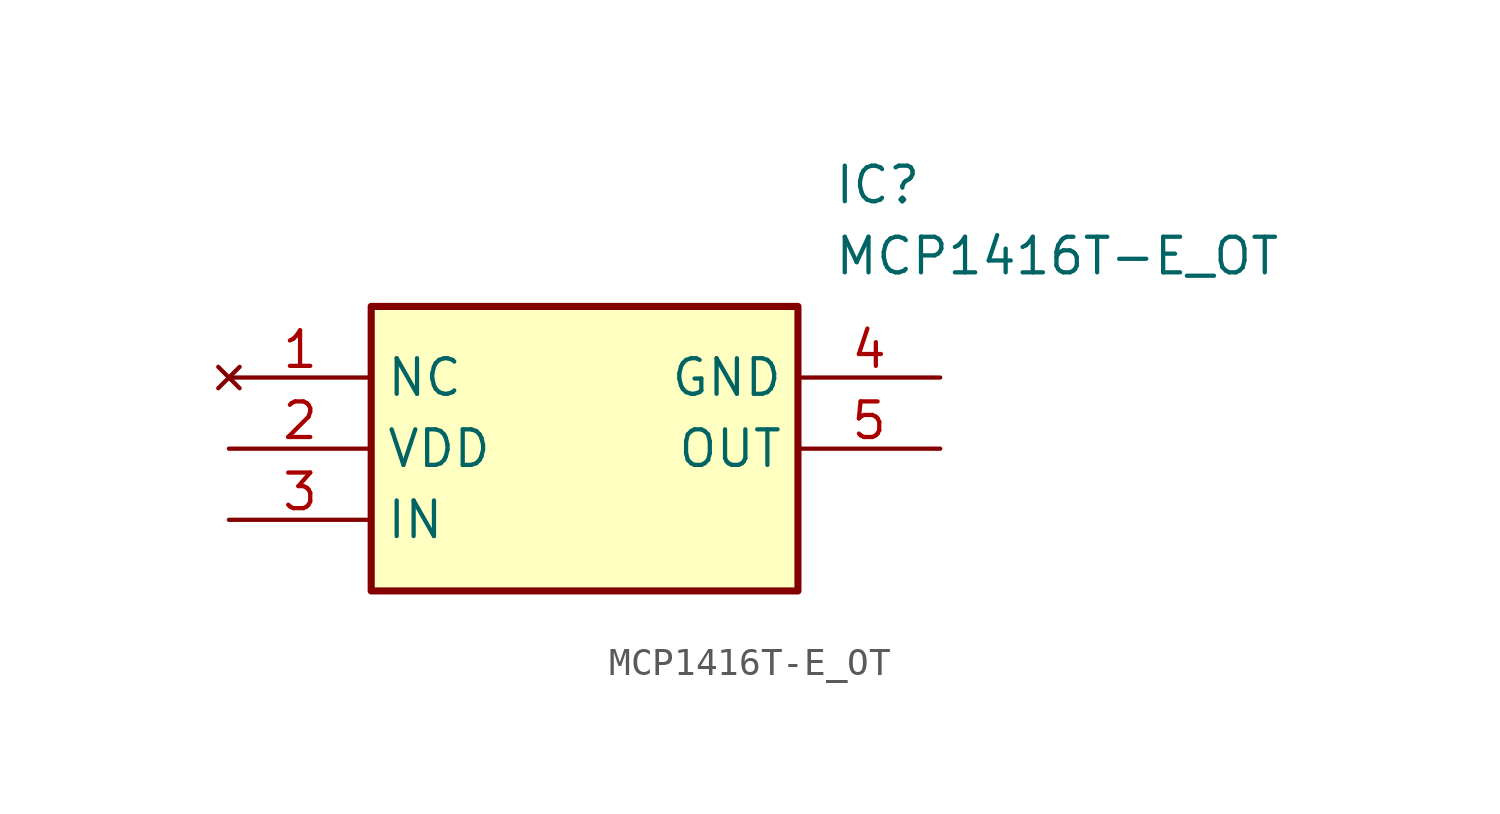
<source format=kicad_sym>
(kicad_symbol_lib
  (version 20211014)
  (generator SamacSys_ECAD_Model)
  (symbol "MCP1416T-E_OT"
    (property "Reference" "IC"
      (at 21.59 7.62 0)
      (effects (font (size 1.27 1.27)) (justify left top)))
    (property "Value" "MCP1416T-E_OT"
      (at 21.59 5.08 0)
      (effects (font (size 1.27 1.27)) (justify left top)))
    (rectangle
      (start 5.08 2.54)
      (end 20.32 -7.62)
      (stroke (width 0.254) (type default))
      (fill (type background)))
    (pin no_connect line
      (at 0 0 0)
      (length 5.08)
      (name "NC" (effects (font (size 1.27 1.27))))
      (number "1" (effects (font (size 1.27 1.27)))))
    (pin passive line
      (at 0 -2.54 0)
      (length 5.08)
      (name "VDD" (effects (font (size 1.27 1.27))))
      (number "2" (effects (font (size 1.27 1.27)))))
    (pin passive line
      (at 0 -5.08 0)
      (length 5.08)
      (name "IN" (effects (font (size 1.27 1.27))))
      (number "3" (effects (font (size 1.27 1.27)))))
    (pin passive line
      (at 25.4 0 180)
      (length 5.08)
      (name "GND" (effects (font (size 1.27 1.27))))
      (number "4" (effects (font (size 1.27 1.27)))))
    (pin passive line
      (at 25.4 -2.54 180)
      (length 5.08)
      (name "OUT" (effects (font (size 1.27 1.27))))
      (number "5" (effects (font (size 1.27 1.27)))))))
</source>
